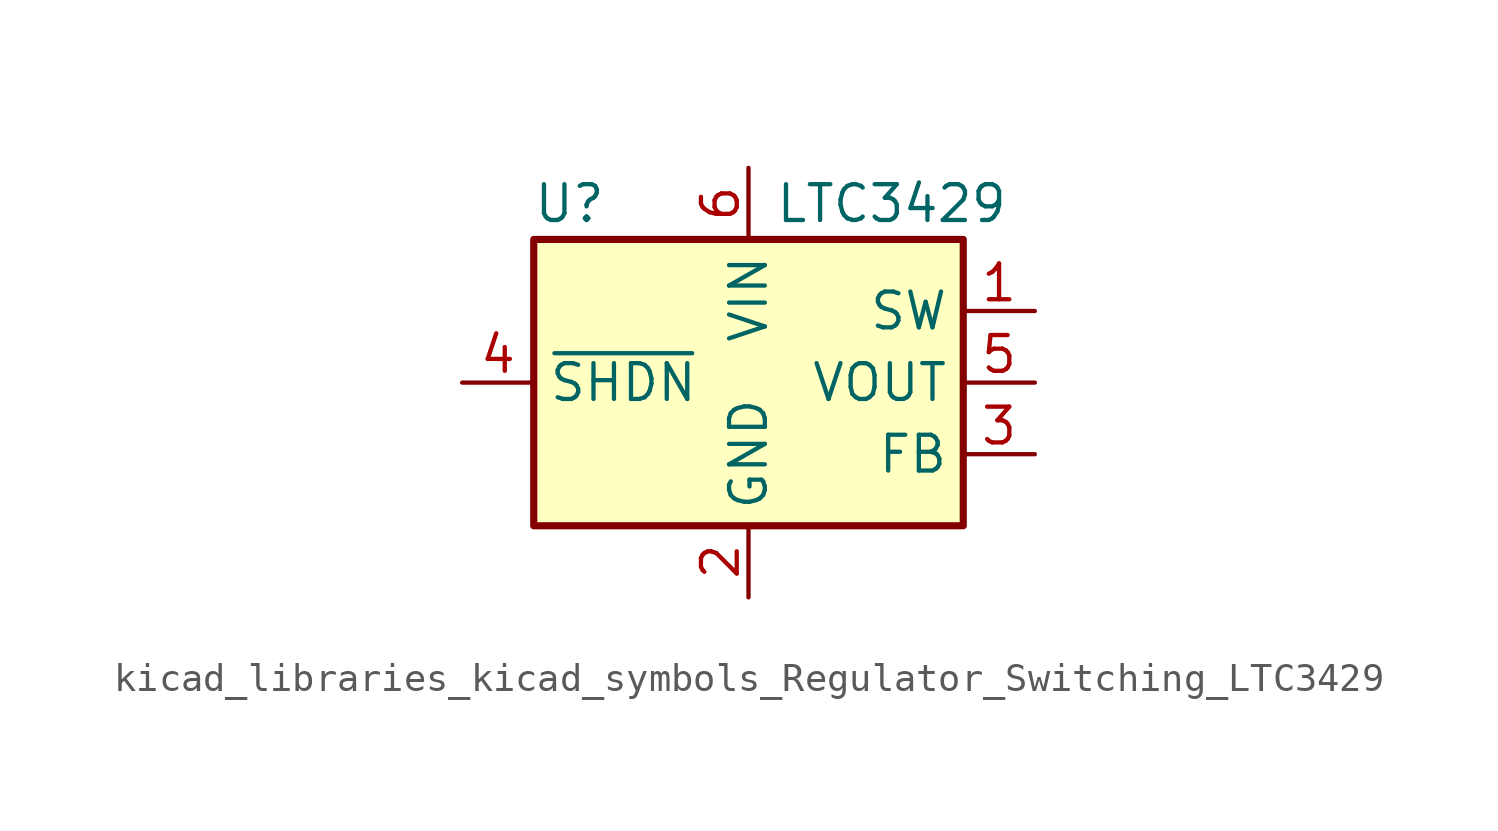
<source format=kicad_sym>
(kicad_symbol_lib
  (version 20220914)
  (generator kicad_symbol_editor)
  (symbol "kicad_libraries_kicad_symbols_Regulator_Switching_LTC3429"
    (property "Reference" "U"
      (at -6.35 6.35 0)
      (effects (font (size 1.27 1.27))))
    (property "Value" "LTC3429"
      (at 5.08 6.35 0)
      (effects (font (size 1.27 1.27))))
    (symbol "kicad_libraries_kicad_symbols_Regulator_Switching_LTC3429_0_1"
      (rectangle (start -7.62 5.08) (end 7.62 -5.08) (stroke (width 0.254) (type default)) (fill (type background))))
    (symbol "kicad_libraries_kicad_symbols_Regulator_Switching_LTC3429_1_1"
      (pin input line (at 10.16 2.54 180) (length 2.54) (name "SW" (effects (font (size 1.27 1.27)))) (number "1" (effects (font (size 1.27 1.27)))))
      (pin power_in line (at 0 -7.62 90) (length 2.54) (name "GND" (effects (font (size 1.27 1.27)))) (number "2" (effects (font (size 1.27 1.27)))))
      (pin input line (at 10.16 -2.54 180) (length 2.54) (name "FB" (effects (font (size 1.27 1.27)))) (number "3" (effects (font (size 1.27 1.27)))))
      (pin input line (at -10.16 0 0) (length 2.54) (name "~{SHDN}" (effects (font (size 1.27 1.27)))) (number "4" (effects (font (size 1.27 1.27)))))
      (pin power_out line (at 10.16 0 180) (length 2.54) (name "VOUT" (effects (font (size 1.27 1.27)))) (number "5" (effects (font (size 1.27 1.27)))))
      (pin power_in line (at 0 7.62 270) (length 2.54) (name "VIN" (effects (font (size 1.27 1.27)))) (number "6" (effects (font (size 1.27 1.27))))))))
</source>
